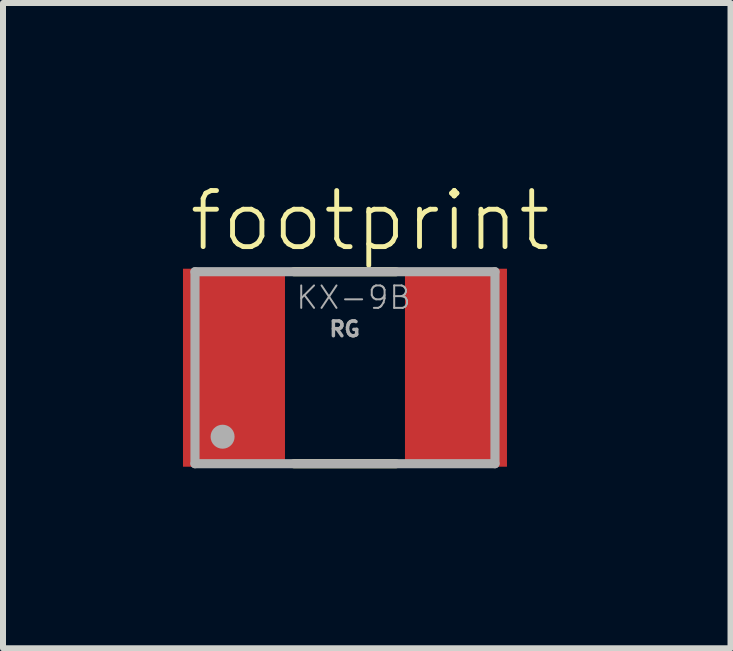
<source format=kicad_pcb>
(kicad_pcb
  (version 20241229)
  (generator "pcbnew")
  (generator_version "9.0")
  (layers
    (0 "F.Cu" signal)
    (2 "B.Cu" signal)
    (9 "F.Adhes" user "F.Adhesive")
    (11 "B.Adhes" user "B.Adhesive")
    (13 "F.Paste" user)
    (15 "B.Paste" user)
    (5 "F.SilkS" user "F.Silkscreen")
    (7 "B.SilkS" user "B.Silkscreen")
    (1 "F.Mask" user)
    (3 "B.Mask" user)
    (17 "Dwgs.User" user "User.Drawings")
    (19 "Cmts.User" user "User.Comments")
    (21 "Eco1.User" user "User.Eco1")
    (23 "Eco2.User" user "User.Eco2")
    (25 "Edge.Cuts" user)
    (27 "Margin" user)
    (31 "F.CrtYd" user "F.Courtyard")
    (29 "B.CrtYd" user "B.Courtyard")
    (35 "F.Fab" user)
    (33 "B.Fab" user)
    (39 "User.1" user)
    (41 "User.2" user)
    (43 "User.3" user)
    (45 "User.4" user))
  (footprint "footprint"
    (layer "F.Cu")
    (at 2.7 3.079)
    (property "Reference" "footprint" (at -2.64 -1.9 0) (layer "F.SilkS") (effects (font (size 0.935 0.935) (thickness 0.081)) (justify left bottom)))
    (fp_line (start -0.85 -1.6) (end 0.85 -1.6) (stroke (width 0.152) (type solid)) (layer "F.SilkS"))
    (fp_line (start -0.85 1.6) (end 0.85 1.6) (stroke (width 0.152) (type solid)) (layer "F.SilkS"))
    (fp_line (start -2.5 -1.6) (end -2.5 1.6) (stroke (width 0.152) (type solid)) (layer "F.Fab"))
    (fp_line (start -2.5 1.6) (end 2.5 1.6) (stroke (width 0.152) (type solid)) (layer "F.Fab"))
    (fp_line (start 2.5 -1.6) (end -2.5 -1.6) (stroke (width 0.152) (type solid)) (layer "F.Fab"))
    (fp_line (start 2.5 1.6) (end 2.5 -1.6) (stroke (width 0.152) (type solid)) (layer "F.Fab"))
    (fp_circle (center -2.04 1.15) (end -1.94 1.15) (stroke (width 0.2) (type solid)) (fill no) (layer "F.Fab"))
    (fp_text user "KX-9B" (at -0.84 -0.95 0) (layer "F.Fab") (effects (font (size 0.374 0.374) (thickness 0.033)) (justify left bottom)))
    (fp_text user "RG" (at -0.29 -0.5 0) (layer "F.Fab") (effects (font (size 0.247 0.247) (thickness 0.058)) (justify left bottom)))
    (pad "1" smd rect (at -1.85 0) (size 1.7 3.3) (layers "F.Cu" "F.Mask" "F.Paste"))
    (pad "2" smd rect (at 1.85 0) (size 1.7 3.3) (layers "F.Cu" "F.Mask" "F.Paste")))
  (gr_rect
    (start -3 -3)
    (end 9.126 7.755)
    (stroke (width 0.1) (type default))
    (fill no)
    (layer "Edge.Cuts")))
</source>
